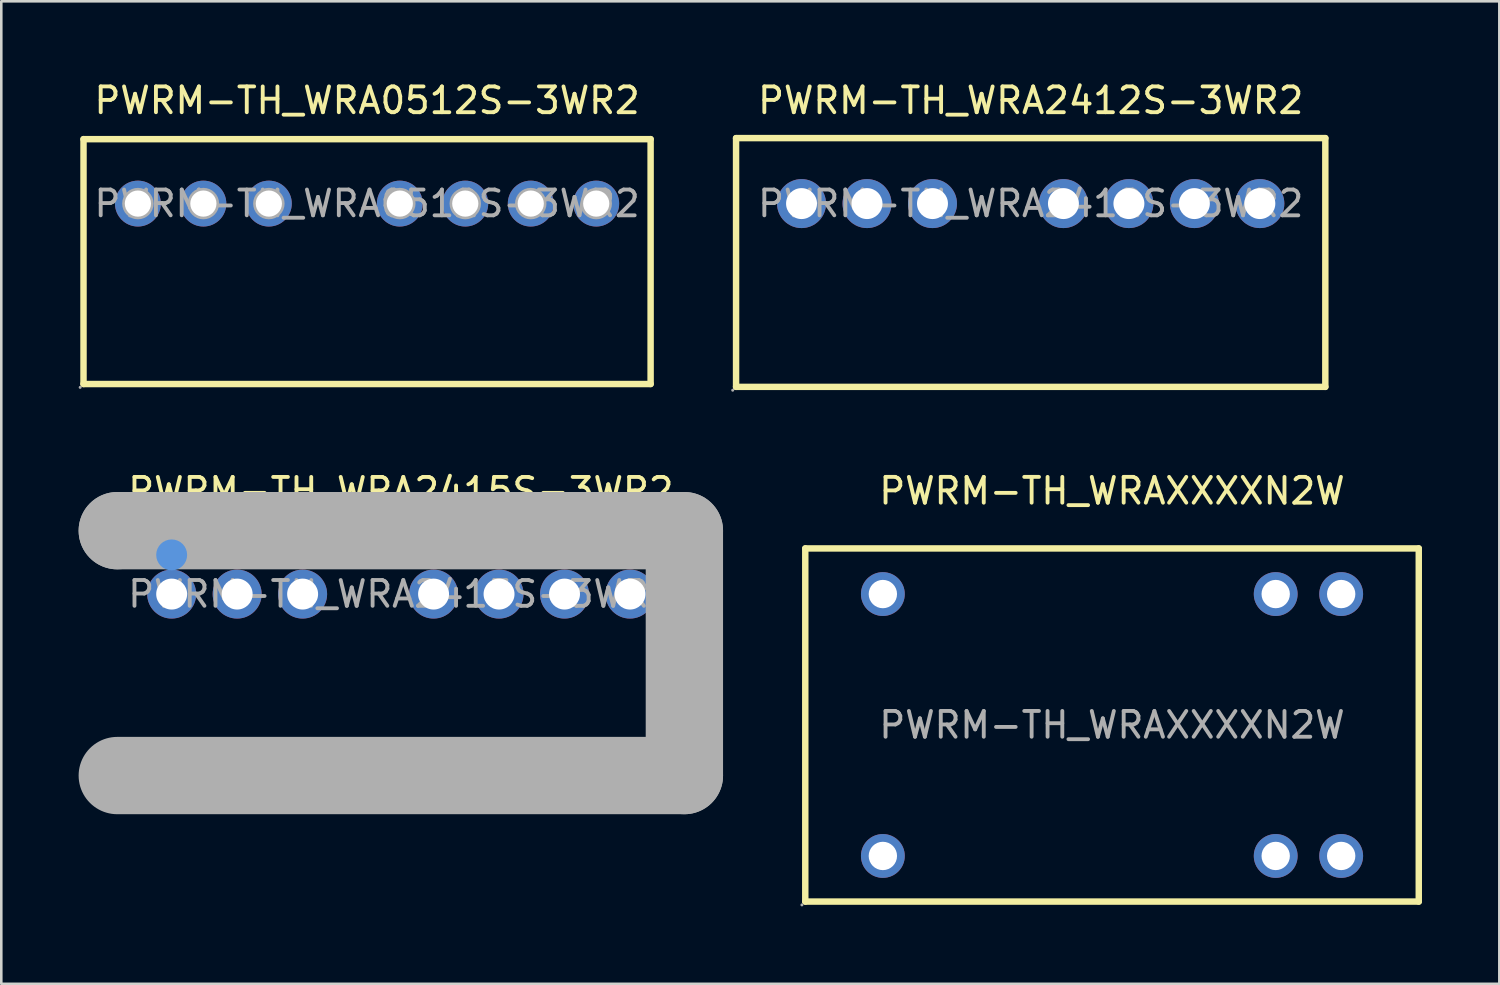
<source format=kicad_pcb>
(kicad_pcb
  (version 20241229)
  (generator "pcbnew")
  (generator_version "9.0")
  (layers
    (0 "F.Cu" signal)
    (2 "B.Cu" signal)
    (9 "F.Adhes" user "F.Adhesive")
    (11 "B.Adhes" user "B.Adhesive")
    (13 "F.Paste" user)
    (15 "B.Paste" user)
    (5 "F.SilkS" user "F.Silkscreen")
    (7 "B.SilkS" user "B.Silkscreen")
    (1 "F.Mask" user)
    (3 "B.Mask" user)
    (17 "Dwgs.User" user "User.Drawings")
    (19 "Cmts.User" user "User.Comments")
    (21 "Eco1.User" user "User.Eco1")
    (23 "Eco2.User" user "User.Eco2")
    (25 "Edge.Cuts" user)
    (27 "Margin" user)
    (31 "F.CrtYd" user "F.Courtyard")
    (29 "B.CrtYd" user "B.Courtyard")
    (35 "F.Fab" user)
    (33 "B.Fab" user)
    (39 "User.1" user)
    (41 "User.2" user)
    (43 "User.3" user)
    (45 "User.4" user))
  (footprint "PWRM-TH_WRA0512S-3WR2"
    (layer "F.Cu")
    (at 11.19 4.848)
    (property "Reference" "PWRM-TH_WRA0512S-3WR2" (at 0 -4 0) (layer "F.SilkS") (effects (font (size 1 1) (thickness 0.15))))
    (attr through_hole)
    (fp_line (start -11 -2.5) (end 11 -2.5) (stroke (width 0.25) (type solid)) (layer "F.SilkS"))
    (fp_line (start -11 7) (end -11 -2.5) (stroke (width 0.25) (type solid)) (layer "F.SilkS"))
    (fp_line (start 11 -2.5) (end 11 7) (stroke (width 0.25) (type solid)) (layer "F.SilkS"))
    (fp_line (start 11 7) (end -11 7) (stroke (width 0.25) (type solid)) (layer "F.SilkS"))
    (fp_circle (center -11.13 7.13) (end -11.1 7.13) (stroke (width 0.06) (type solid)) (fill no) (layer "F.Fab"))
    (fp_circle (center -8.89 0) (end -8.69 0) (stroke (width 0.41) (type solid)) (fill no) (layer "F.Fab"))
    (fp_circle (center -6.35 0) (end -6.15 0) (stroke (width 0.41) (type solid)) (fill no) (layer "F.Fab"))
    (fp_circle (center -3.81 0) (end -3.61 0) (stroke (width 0.41) (type solid)) (fill no) (layer "F.Fab"))
    (fp_circle (center 1.27 0) (end 1.47 0) (stroke (width 0.41) (type solid)) (fill no) (layer "F.Fab"))
    (fp_circle (center 3.81 0) (end 4.01 0) (stroke (width 0.41) (type solid)) (fill no) (layer "F.Fab"))
    (fp_circle (center 6.35 0) (end 6.55 0) (stroke (width 0.41) (type solid)) (fill no) (layer "F.Fab"))
    (fp_circle (center 8.89 0) (end 9.09 0) (stroke (width 0.41) (type solid)) (fill no) (layer "F.Fab"))
    (fp_text user "${REFERENCE}" (at 0 0 0) (layer "F.Fab") (effects (font (size 1 1) (thickness 0.15))))
    (pad "1" thru_hole circle (at -8.89 0) (size 1.78 1.78) (drill 1.016) (layers "*.Cu" "*.Paste" "*.Mask"))
    (pad "2" thru_hole circle (at -6.35 0) (size 1.78 1.78) (drill 1.016) (layers "*.Cu" "*.Paste" "*.Mask"))
    (pad "3" thru_hole circle (at -3.81 0) (size 1.78 1.78) (drill 1.016) (layers "*.Cu" "*.Paste" "*.Mask"))
    (pad "5" thru_hole circle (at 1.27 0) (size 1.78 1.78) (drill 1.016) (layers "*.Cu" "*.Paste" "*.Mask"))
    (pad "6" thru_hole circle (at 3.81 0) (size 1.78 1.78) (drill 1.016) (layers "*.Cu" "*.Paste" "*.Mask"))
    (pad "7" thru_hole circle (at 6.35 0) (size 1.78 1.78) (drill 1.016) (layers "*.Cu" "*.Paste" "*.Mask"))
    (pad "8" thru_hole circle (at 8.89 0) (size 1.78 1.78) (drill 1.016) (layers "*.Cu" "*.Paste" "*.Mask")))
  (footprint "PWRM-TH_WRA2415S-3WR2"
    (layer "F.Cu")
    (at 12.5 19.997)
    (property "Reference" "PWRM-TH_WRA2415S-3WR2" (at 0 -4 0) (layer "F.SilkS") (effects (font (size 1 1) (thickness 0.15))))
    (attr through_hole)
    (fp_circle (center -8.89 -1.52) (end -8.59 -1.52) (stroke (width 0.6) (type solid)) (fill no) (layer "Cmts.User"))
    (fp_line (start -11 -2.46) (end -11 -2.46) (stroke (width 3) (type solid)) (layer "F.Fab"))
    (fp_line (start -11 -2.46) (end 11 -2.46) (stroke (width 3) (type solid)) (layer "F.Fab"))
    (fp_line (start 11 -2.46) (end 11 7.04) (stroke (width 3) (type solid)) (layer "F.Fab"))
    (fp_line (start 11 7.04) (end -11 7.04) (stroke (width 3) (type solid)) (layer "F.Fab"))
    (fp_circle (center -11 7.04) (end -10.97 7.04) (stroke (width 0.06) (type solid)) (fill no) (layer "F.Fab"))
    (fp_circle (center -8.89 0) (end -8.74 0) (stroke (width 0.3) (type solid)) (fill no) (layer "F.Fab"))
    (fp_circle (center -6.35 0) (end -6.2 0) (stroke (width 0.3) (type solid)) (fill no) (layer "F.Fab"))
    (fp_circle (center -3.81 0) (end -3.66 0) (stroke (width 0.3) (type solid)) (fill no) (layer "F.Fab"))
    (fp_circle (center 1.27 0) (end 1.42 0) (stroke (width 0.3) (type solid)) (fill no) (layer "F.Fab"))
    (fp_circle (center 3.81 0) (end 3.96 0) (stroke (width 0.3) (type solid)) (fill no) (layer "F.Fab"))
    (fp_circle (center 6.35 0) (end 6.5 0) (stroke (width 0.3) (type solid)) (fill no) (layer "F.Fab"))
    (fp_circle (center 8.89 0) (end 9.04 0) (stroke (width 0.3) (type solid)) (fill no) (layer "F.Fab"))
    (fp_text user "${REFERENCE}" (at 0 0 0) (layer "F.Fab") (effects (font (size 1 1) (thickness 0.15))))
    (pad "1" thru_hole circle (at -8.89 0) (size 1.9 1.9) (drill 1.2) (layers "*.Cu" "*.Paste" "*.Mask"))
    (pad "2" thru_hole circle (at -6.35 0) (size 1.9 1.9) (drill 1.2) (layers "*.Cu" "*.Paste" "*.Mask"))
    (pad "3" thru_hole circle (at -3.81 0) (size 1.9 1.9) (drill 1.2) (layers "*.Cu" "*.Paste" "*.Mask"))
    (pad "5" thru_hole circle (at 1.27 0) (size 1.9 1.9) (drill 1.2) (layers "*.Cu" "*.Paste" "*.Mask"))
    (pad "6" thru_hole circle (at 3.81 0) (size 1.9 1.9) (drill 1.2) (layers "*.Cu" "*.Paste" "*.Mask"))
    (pad "7" thru_hole circle (at 6.35 0) (size 1.9 1.9) (drill 1.2) (layers "*.Cu" "*.Paste" "*.Mask"))
    (pad "8" thru_hole circle (at 8.89 0) (size 1.9 1.9) (drill 1.2) (layers "*.Cu" "*.Paste" "*.Mask")))
  (footprint "PWRM-TH_WRA2412S-3WR2"
    (layer "F.Cu")
    (at 36.935 4.848)
    (property "Reference" "PWRM-TH_WRA2412S-3WR2" (at 0 -4 0) (layer "F.SilkS") (effects (font (size 1 1) (thickness 0.15))))
    (attr through_hole)
    (fp_line (start -11.43 -2.54) (end 11.43 -2.54) (stroke (width 0.25) (type solid)) (layer "F.SilkS"))
    (fp_line (start -11.43 7.11) (end -11.43 -2.54) (stroke (width 0.25) (type solid)) (layer "F.SilkS"))
    (fp_line (start 11.43 -2.54) (end 11.43 7.11) (stroke (width 0.25) (type solid)) (layer "F.SilkS"))
    (fp_line (start 11.43 7.11) (end -11.43 7.11) (stroke (width 0.25) (type solid)) (layer "F.SilkS"))
    (fp_circle (center -11.56 7.24) (end -11.53 7.24) (stroke (width 0.06) (type solid)) (fill no) (layer "F.Fab"))
    (fp_circle (center -8.89 0) (end -8.64 0) (stroke (width 0.5) (type solid)) (fill no) (layer "F.Fab"))
    (fp_circle (center -6.35 0) (end -6.1 0) (stroke (width 0.5) (type solid)) (fill no) (layer "F.Fab"))
    (fp_circle (center -3.81 0) (end -3.56 0) (stroke (width 0.5) (type solid)) (fill no) (layer "F.Fab"))
    (fp_circle (center 1.27 0) (end 1.52 0) (stroke (width 0.5) (type solid)) (fill no) (layer "F.Fab"))
    (fp_circle (center 3.81 0) (end 4.06 0) (stroke (width 0.5) (type solid)) (fill no) (layer "F.Fab"))
    (fp_circle (center 6.35 0) (end 6.6 0) (stroke (width 0.5) (type solid)) (fill no) (layer "F.Fab"))
    (fp_circle (center 8.89 0) (end 9.14 0) (stroke (width 0.5) (type solid)) (fill no) (layer "F.Fab"))
    (fp_text user "${REFERENCE}" (at 0 0 0) (layer "F.Fab") (effects (font (size 1 1) (thickness 0.15))))
    (pad "1" thru_hole circle (at -8.89 0) (size 1.9 1.9) (drill 1.2) (layers "*.Cu" "*.Paste" "*.Mask"))
    (pad "2" thru_hole circle (at -6.35 0) (size 1.9 1.9) (drill 1.2) (layers "*.Cu" "*.Paste" "*.Mask"))
    (pad "3" thru_hole circle (at -3.81 0) (size 1.9 1.9) (drill 1.2) (layers "*.Cu" "*.Paste" "*.Mask"))
    (pad "5" thru_hole circle (at 1.27 0) (size 1.9 1.9) (drill 1.2) (layers "*.Cu" "*.Paste" "*.Mask"))
    (pad "6" thru_hole circle (at 3.81 0) (size 1.9 1.9) (drill 1.2) (layers "*.Cu" "*.Paste" "*.Mask"))
    (pad "7" thru_hole circle (at 6.35 0) (size 1.9 1.9) (drill 1.2) (layers "*.Cu" "*.Paste" "*.Mask"))
    (pad "8" thru_hole circle (at 8.89 0) (size 1.9 1.9) (drill 1.2) (layers "*.Cu" "*.Paste" "*.Mask")))
  (footprint "PWRM-TH_WRAXXXXN2W"
    (layer "F.Cu")
    (at 40.09 25.076)
    (property "Reference" "PWRM-TH_WRAXXXXN2W" (at 0 -9.08 0) (layer "F.SilkS") (effects (font (size 1 1) (thickness 0.15))))
    (attr through_hole)
    (fp_line (start -11.9 -6.85) (end -11.9 6.85) (stroke (width 0.25) (type solid)) (layer "F.SilkS"))
    (fp_line (start -11.9 -6.85) (end 11.9 -6.85) (stroke (width 0.25) (type solid)) (layer "F.SilkS"))
    (fp_line (start -11.9 6.85) (end 11.9 6.85) (stroke (width 0.25) (type solid)) (layer "F.SilkS"))
    (fp_line (start 11.9 -6.85) (end 11.9 6.85) (stroke (width 0.25) (type solid)) (layer "F.SilkS"))
    (fp_circle (center -12.03 6.98) (end -12 6.98) (stroke (width 0.06) (type solid)) (fill no) (layer "F.Fab"))
    (fp_circle (center -8.89 -5.08) (end -8.66 -5.08) (stroke (width 0.45) (type solid)) (fill no) (layer "F.Fab"))
    (fp_circle (center -8.89 5.08) (end -8.66 5.08) (stroke (width 0.45) (type solid)) (fill no) (layer "F.Fab"))
    (fp_circle (center 6.35 -5.08) (end 6.58 -5.08) (stroke (width 0.45) (type solid)) (fill no) (layer "F.Fab"))
    (fp_circle (center 6.35 5.08) (end 6.58 5.08) (stroke (width 0.45) (type solid)) (fill no) (layer "F.Fab"))
    (fp_circle (center 8.89 -5.08) (end 9.12 -5.08) (stroke (width 0.45) (type solid)) (fill no) (layer "F.Fab"))
    (fp_circle (center 8.89 5.08) (end 9.12 5.08) (stroke (width 0.45) (type solid)) (fill no) (layer "F.Fab"))
    (fp_text user "${REFERENCE}" (at 0 0 0) (layer "F.Fab") (effects (font (size 1 1) (thickness 0.15))))
    (pad "1" thru_hole circle (at -8.89 5.08) (size 1.7 1.7) (drill 1.1) (layers "*.Cu" "*.Paste" "*.Mask"))
    (pad "7" thru_hole circle (at 6.35 5.08) (size 1.7 1.7) (drill 1.1) (layers "*.Cu" "*.Paste" "*.Mask"))
    (pad "8" thru_hole circle (at 8.89 5.08) (size 1.7 1.7) (drill 1.1) (layers "*.Cu" "*.Paste" "*.Mask"))
    (pad "9" thru_hole circle (at 8.89 -5.08) (size 1.7 1.7) (drill 1.1) (layers "*.Cu" "*.Paste" "*.Mask"))
    (pad "10" thru_hole circle (at 6.35 -5.08) (size 1.7 1.7) (drill 1.1) (layers "*.Cu" "*.Paste" "*.Mask"))
    (pad "16" thru_hole circle (at -8.89 -5.08) (size 1.7 1.7) (drill 1.1) (layers "*.Cu" "*.Paste" "*.Mask")))
  (gr_rect
    (start -3 -3)
    (end 55.115 35.117)
    (stroke (width 0.1) (type default))
    (fill no)
    (layer "Edge.Cuts")))
</source>
